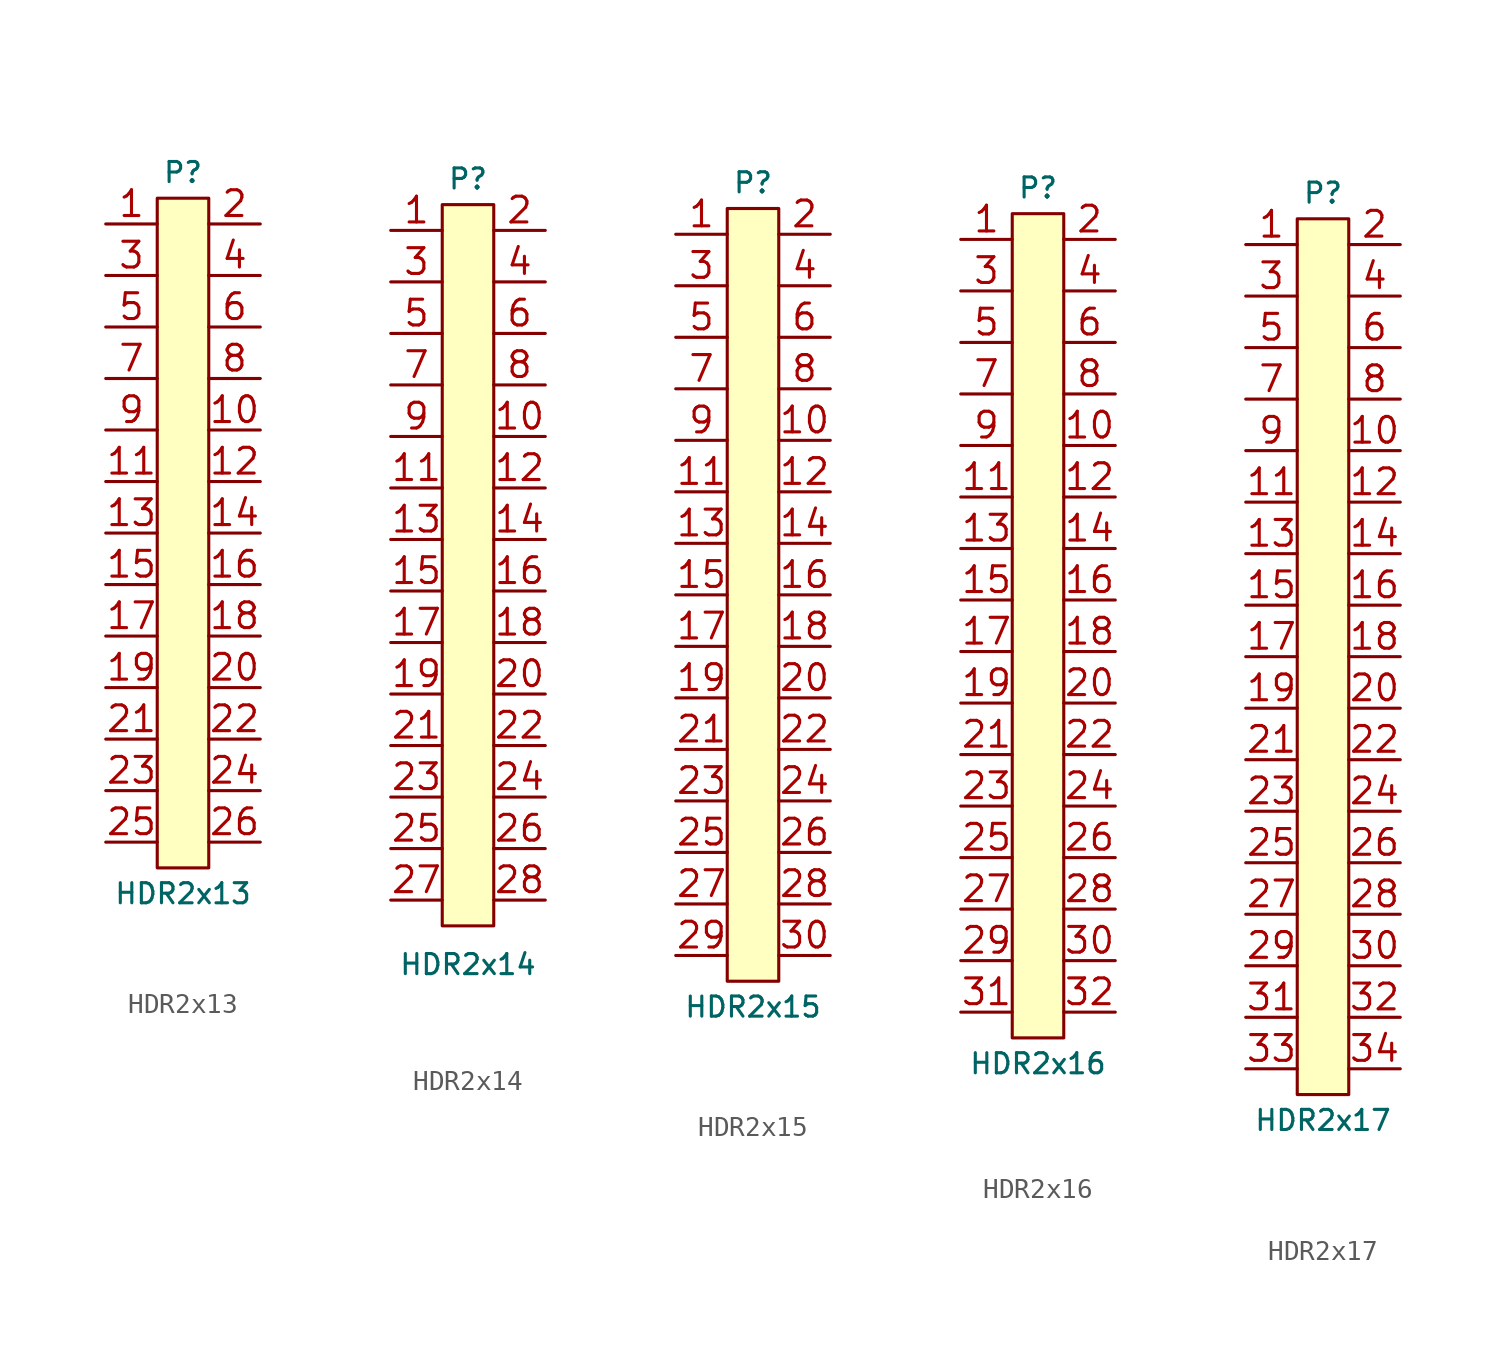
<source format=kicad_sym>
(kicad_symbol_lib
  (version 20231120)
  (generator "kicad_symbol_editor")
  (generator_version "8.0")
  (symbol "HDR2x13"
    (property "Reference" "P"
      (at 0 20.32 0)
      (effects (font (size 0.991 0.991))))
    (property "Value" "HDR2x13"
      (at 0 -15.24 0)
      (effects (font (size 0.991 0.991))))
    (symbol "HDR2x13_1_1"
      (rectangle (start -1.27 19.05) (end 1.27 -13.97) (stroke (width 0) (type default)) (fill (type background)))
      (pin passive line (at -3.81 17.78 0) (length 2.54) (name "~" (effects (font (size 1.27 1.27)))) (number "1" (effects (font (size 1.27 1.27)))))
      (pin passive line (at 3.81 7.62 180) (length 2.54) (name "~" (effects (font (size 1.27 1.27)))) (number "10" (effects (font (size 1.27 1.27)))))
      (pin passive line (at -3.81 5.08 0) (length 2.54) (name "~" (effects (font (size 1.27 1.27)))) (number "11" (effects (font (size 1.27 1.27)))))
      (pin passive line (at 3.81 5.08 180) (length 2.54) (name "~" (effects (font (size 1.27 1.27)))) (number "12" (effects (font (size 1.27 1.27)))))
      (pin passive line (at -3.81 2.54 0) (length 2.54) (name "~" (effects (font (size 1.27 1.27)))) (number "13" (effects (font (size 1.27 1.27)))))
      (pin passive line (at 3.81 2.54 180) (length 2.54) (name "~" (effects (font (size 1.27 1.27)))) (number "14" (effects (font (size 1.27 1.27)))))
      (pin passive line (at -3.81 0 0) (length 2.54) (name "~" (effects (font (size 1.27 1.27)))) (number "15" (effects (font (size 1.27 1.27)))))
      (pin passive line (at 3.81 0 180) (length 2.54) (name "~" (effects (font (size 1.27 1.27)))) (number "16" (effects (font (size 1.27 1.27)))))
      (pin passive line (at -3.81 -2.54 0) (length 2.54) (name "~" (effects (font (size 1.27 1.27)))) (number "17" (effects (font (size 1.27 1.27)))))
      (pin passive line (at 3.81 -2.54 180) (length 2.54) (name "~" (effects (font (size 1.27 1.27)))) (number "18" (effects (font (size 1.27 1.27)))))
      (pin passive line (at -3.81 -5.08 0) (length 2.54) (name "~" (effects (font (size 1.27 1.27)))) (number "19" (effects (font (size 1.27 1.27)))))
      (pin passive line (at 3.81 17.78 180) (length 2.54) (name "~" (effects (font (size 1.27 1.27)))) (number "2" (effects (font (size 1.27 1.27)))))
      (pin passive line (at 3.81 -5.08 180) (length 2.54) (name "~" (effects (font (size 1.27 1.27)))) (number "20" (effects (font (size 1.27 1.27)))))
      (pin passive line (at -3.81 -7.62 0) (length 2.54) (name "~" (effects (font (size 1.27 1.27)))) (number "21" (effects (font (size 1.27 1.27)))))
      (pin passive line (at 3.81 -7.62 180) (length 2.54) (name "~" (effects (font (size 1.27 1.27)))) (number "22" (effects (font (size 1.27 1.27)))))
      (pin passive line (at -3.81 -10.16 0) (length 2.54) (name "~" (effects (font (size 1.27 1.27)))) (number "23" (effects (font (size 1.27 1.27)))))
      (pin passive line (at 3.81 -10.16 180) (length 2.54) (name "~" (effects (font (size 1.27 1.27)))) (number "24" (effects (font (size 1.27 1.27)))))
      (pin passive line (at -3.81 -12.7 0) (length 2.54) (name "~" (effects (font (size 1.27 1.27)))) (number "25" (effects (font (size 1.27 1.27)))))
      (pin passive line (at 3.81 -12.7 180) (length 2.54) (name "~" (effects (font (size 1.27 1.27)))) (number "26" (effects (font (size 1.27 1.27)))))
      (pin passive line (at -3.81 15.24 0) (length 2.54) (name "~" (effects (font (size 1.27 1.27)))) (number "3" (effects (font (size 1.27 1.27)))))
      (pin passive line (at 3.81 15.24 180) (length 2.54) (name "~" (effects (font (size 1.27 1.27)))) (number "4" (effects (font (size 1.27 1.27)))))
      (pin passive line (at -3.81 12.7 0) (length 2.54) (name "~" (effects (font (size 1.27 1.27)))) (number "5" (effects (font (size 1.27 1.27)))))
      (pin passive line (at 3.81 12.7 180) (length 2.54) (name "~" (effects (font (size 1.27 1.27)))) (number "6" (effects (font (size 1.27 1.27)))))
      (pin passive line (at -3.81 10.16 0) (length 2.54) (name "~" (effects (font (size 1.27 1.27)))) (number "7" (effects (font (size 1.27 1.27)))))
      (pin passive line (at 3.81 10.16 180) (length 2.54) (name "~" (effects (font (size 1.27 1.27)))) (number "8" (effects (font (size 1.27 1.27)))))
      (pin passive line (at -3.81 7.62 0) (length 2.54) (name "~" (effects (font (size 1.27 1.27)))) (number "9" (effects (font (size 1.27 1.27)))))))
  (symbol "HDR2x14"
    (property "Reference" "P"
      (at 0 22.86 0)
      (effects (font (size 0.991 0.991))))
    (property "Value" "HDR2x14"
      (at 0 -15.875 0)
      (effects (font (size 0.991 0.991))))
    (symbol "HDR2x14_1_1"
      (rectangle (start -1.27 21.59) (end 1.27 -13.97) (stroke (width 0) (type default)) (fill (type background)))
      (pin passive line (at -3.81 20.32 0) (length 2.54) (name "~" (effects (font (size 1.27 1.27)))) (number "1" (effects (font (size 1.27 1.27)))))
      (pin passive line (at 3.81 10.16 180) (length 2.54) (name "~" (effects (font (size 1.27 1.27)))) (number "10" (effects (font (size 1.27 1.27)))))
      (pin passive line (at -3.81 7.62 0) (length 2.54) (name "~" (effects (font (size 1.27 1.27)))) (number "11" (effects (font (size 1.27 1.27)))))
      (pin passive line (at 3.81 7.62 180) (length 2.54) (name "~" (effects (font (size 1.27 1.27)))) (number "12" (effects (font (size 1.27 1.27)))))
      (pin passive line (at -3.81 5.08 0) (length 2.54) (name "~" (effects (font (size 1.27 1.27)))) (number "13" (effects (font (size 1.27 1.27)))))
      (pin passive line (at 3.81 5.08 180) (length 2.54) (name "~" (effects (font (size 1.27 1.27)))) (number "14" (effects (font (size 1.27 1.27)))))
      (pin passive line (at -3.81 2.54 0) (length 2.54) (name "~" (effects (font (size 1.27 1.27)))) (number "15" (effects (font (size 1.27 1.27)))))
      (pin passive line (at 3.81 2.54 180) (length 2.54) (name "~" (effects (font (size 1.27 1.27)))) (number "16" (effects (font (size 1.27 1.27)))))
      (pin passive line (at -3.81 0 0) (length 2.54) (name "~" (effects (font (size 1.27 1.27)))) (number "17" (effects (font (size 1.27 1.27)))))
      (pin passive line (at 3.81 0 180) (length 2.54) (name "~" (effects (font (size 1.27 1.27)))) (number "18" (effects (font (size 1.27 1.27)))))
      (pin passive line (at -3.81 -2.54 0) (length 2.54) (name "~" (effects (font (size 1.27 1.27)))) (number "19" (effects (font (size 1.27 1.27)))))
      (pin passive line (at 3.81 20.32 180) (length 2.54) (name "~" (effects (font (size 1.27 1.27)))) (number "2" (effects (font (size 1.27 1.27)))))
      (pin passive line (at 3.81 -2.54 180) (length 2.54) (name "~" (effects (font (size 1.27 1.27)))) (number "20" (effects (font (size 1.27 1.27)))))
      (pin passive line (at -3.81 -5.08 0) (length 2.54) (name "~" (effects (font (size 1.27 1.27)))) (number "21" (effects (font (size 1.27 1.27)))))
      (pin passive line (at 3.81 -5.08 180) (length 2.54) (name "~" (effects (font (size 1.27 1.27)))) (number "22" (effects (font (size 1.27 1.27)))))
      (pin passive line (at -3.81 -7.62 0) (length 2.54) (name "~" (effects (font (size 1.27 1.27)))) (number "23" (effects (font (size 1.27 1.27)))))
      (pin passive line (at 3.81 -7.62 180) (length 2.54) (name "~" (effects (font (size 1.27 1.27)))) (number "24" (effects (font (size 1.27 1.27)))))
      (pin passive line (at -3.81 -10.16 0) (length 2.54) (name "~" (effects (font (size 1.27 1.27)))) (number "25" (effects (font (size 1.27 1.27)))))
      (pin passive line (at 3.81 -10.16 180) (length 2.54) (name "~" (effects (font (size 1.27 1.27)))) (number "26" (effects (font (size 1.27 1.27)))))
      (pin passive line (at -3.81 -12.7 0) (length 2.54) (name "~" (effects (font (size 1.27 1.27)))) (number "27" (effects (font (size 1.27 1.27)))))
      (pin passive line (at 3.81 -12.7 180) (length 2.54) (name "~" (effects (font (size 1.27 1.27)))) (number "28" (effects (font (size 1.27 1.27)))))
      (pin passive line (at -3.81 17.78 0) (length 2.54) (name "~" (effects (font (size 1.27 1.27)))) (number "3" (effects (font (size 1.27 1.27)))))
      (pin passive line (at 3.81 17.78 180) (length 2.54) (name "~" (effects (font (size 1.27 1.27)))) (number "4" (effects (font (size 1.27 1.27)))))
      (pin passive line (at -3.81 15.24 0) (length 2.54) (name "~" (effects (font (size 1.27 1.27)))) (number "5" (effects (font (size 1.27 1.27)))))
      (pin passive line (at 3.81 15.24 180) (length 2.54) (name "~" (effects (font (size 1.27 1.27)))) (number "6" (effects (font (size 1.27 1.27)))))
      (pin passive line (at -3.81 12.7 0) (length 2.54) (name "~" (effects (font (size 1.27 1.27)))) (number "7" (effects (font (size 1.27 1.27)))))
      (pin passive line (at 3.81 12.7 180) (length 2.54) (name "~" (effects (font (size 1.27 1.27)))) (number "8" (effects (font (size 1.27 1.27)))))
      (pin passive line (at -3.81 10.16 0) (length 2.54) (name "~" (effects (font (size 1.27 1.27)))) (number "9" (effects (font (size 1.27 1.27)))))))
  (symbol "HDR2x15"
    (property "Reference" "P"
      (at 0 22.86 0)
      (effects (font (size 0.991 0.991))))
    (property "Value" "HDR2x15"
      (at 0 -17.78 0)
      (effects (font (size 0.991 0.991))))
    (symbol "HDR2x15_1_1"
      (rectangle (start -1.27 21.59) (end 1.27 -16.51) (stroke (width 0) (type default)) (fill (type background)))
      (pin passive line (at -3.81 20.32 0) (length 2.54) (name "~" (effects (font (size 1.27 1.27)))) (number "1" (effects (font (size 1.27 1.27)))))
      (pin passive line (at 3.81 10.16 180) (length 2.54) (name "~" (effects (font (size 1.27 1.27)))) (number "10" (effects (font (size 1.27 1.27)))))
      (pin passive line (at -3.81 7.62 0) (length 2.54) (name "~" (effects (font (size 1.27 1.27)))) (number "11" (effects (font (size 1.27 1.27)))))
      (pin passive line (at 3.81 7.62 180) (length 2.54) (name "~" (effects (font (size 1.27 1.27)))) (number "12" (effects (font (size 1.27 1.27)))))
      (pin passive line (at -3.81 5.08 0) (length 2.54) (name "~" (effects (font (size 1.27 1.27)))) (number "13" (effects (font (size 1.27 1.27)))))
      (pin passive line (at 3.81 5.08 180) (length 2.54) (name "~" (effects (font (size 1.27 1.27)))) (number "14" (effects (font (size 1.27 1.27)))))
      (pin passive line (at -3.81 2.54 0) (length 2.54) (name "~" (effects (font (size 1.27 1.27)))) (number "15" (effects (font (size 1.27 1.27)))))
      (pin passive line (at 3.81 2.54 180) (length 2.54) (name "~" (effects (font (size 1.27 1.27)))) (number "16" (effects (font (size 1.27 1.27)))))
      (pin passive line (at -3.81 0 0) (length 2.54) (name "~" (effects (font (size 1.27 1.27)))) (number "17" (effects (font (size 1.27 1.27)))))
      (pin passive line (at 3.81 0 180) (length 2.54) (name "~" (effects (font (size 1.27 1.27)))) (number "18" (effects (font (size 1.27 1.27)))))
      (pin passive line (at -3.81 -2.54 0) (length 2.54) (name "~" (effects (font (size 1.27 1.27)))) (number "19" (effects (font (size 1.27 1.27)))))
      (pin passive line (at 3.81 20.32 180) (length 2.54) (name "~" (effects (font (size 1.27 1.27)))) (number "2" (effects (font (size 1.27 1.27)))))
      (pin passive line (at 3.81 -2.54 180) (length 2.54) (name "~" (effects (font (size 1.27 1.27)))) (number "20" (effects (font (size 1.27 1.27)))))
      (pin passive line (at -3.81 -5.08 0) (length 2.54) (name "~" (effects (font (size 1.27 1.27)))) (number "21" (effects (font (size 1.27 1.27)))))
      (pin passive line (at 3.81 -5.08 180) (length 2.54) (name "~" (effects (font (size 1.27 1.27)))) (number "22" (effects (font (size 1.27 1.27)))))
      (pin passive line (at -3.81 -7.62 0) (length 2.54) (name "~" (effects (font (size 1.27 1.27)))) (number "23" (effects (font (size 1.27 1.27)))))
      (pin passive line (at 3.81 -7.62 180) (length 2.54) (name "~" (effects (font (size 1.27 1.27)))) (number "24" (effects (font (size 1.27 1.27)))))
      (pin passive line (at -3.81 -10.16 0) (length 2.54) (name "~" (effects (font (size 1.27 1.27)))) (number "25" (effects (font (size 1.27 1.27)))))
      (pin passive line (at 3.81 -10.16 180) (length 2.54) (name "~" (effects (font (size 1.27 1.27)))) (number "26" (effects (font (size 1.27 1.27)))))
      (pin passive line (at -3.81 -12.7 0) (length 2.54) (name "~" (effects (font (size 1.27 1.27)))) (number "27" (effects (font (size 1.27 1.27)))))
      (pin passive line (at 3.81 -12.7 180) (length 2.54) (name "~" (effects (font (size 1.27 1.27)))) (number "28" (effects (font (size 1.27 1.27)))))
      (pin passive line (at -3.81 -15.24 0) (length 2.54) (name "~" (effects (font (size 1.27 1.27)))) (number "29" (effects (font (size 1.27 1.27)))))
      (pin passive line (at -3.81 17.78 0) (length 2.54) (name "~" (effects (font (size 1.27 1.27)))) (number "3" (effects (font (size 1.27 1.27)))))
      (pin passive line (at 3.81 -15.24 180) (length 2.54) (name "~" (effects (font (size 1.27 1.27)))) (number "30" (effects (font (size 1.27 1.27)))))
      (pin passive line (at 3.81 17.78 180) (length 2.54) (name "~" (effects (font (size 1.27 1.27)))) (number "4" (effects (font (size 1.27 1.27)))))
      (pin passive line (at -3.81 15.24 0) (length 2.54) (name "~" (effects (font (size 1.27 1.27)))) (number "5" (effects (font (size 1.27 1.27)))))
      (pin passive line (at 3.81 15.24 180) (length 2.54) (name "~" (effects (font (size 1.27 1.27)))) (number "6" (effects (font (size 1.27 1.27)))))
      (pin passive line (at -3.81 12.7 0) (length 2.54) (name "~" (effects (font (size 1.27 1.27)))) (number "7" (effects (font (size 1.27 1.27)))))
      (pin passive line (at 3.81 12.7 180) (length 2.54) (name "~" (effects (font (size 1.27 1.27)))) (number "8" (effects (font (size 1.27 1.27)))))
      (pin passive line (at -3.81 10.16 0) (length 2.54) (name "~" (effects (font (size 1.27 1.27)))) (number "9" (effects (font (size 1.27 1.27)))))))
  (symbol "HDR2x16"
    (property "Reference" "P"
      (at 0 22.86 0)
      (effects (font (size 0.991 0.991))))
    (property "Value" "HDR2x16"
      (at 0 -20.32 0)
      (effects (font (size 0.991 0.991))))
    (symbol "HDR2x16_1_1"
      (rectangle (start -1.27 21.59) (end 1.27 -19.05) (stroke (width 0) (type default)) (fill (type background)))
      (pin passive line (at -3.81 20.32 0) (length 2.54) (name "~" (effects (font (size 1.27 1.27)))) (number "1" (effects (font (size 1.27 1.27)))))
      (pin passive line (at 3.81 10.16 180) (length 2.54) (name "~" (effects (font (size 1.27 1.27)))) (number "10" (effects (font (size 1.27 1.27)))))
      (pin passive line (at -3.81 7.62 0) (length 2.54) (name "~" (effects (font (size 1.27 1.27)))) (number "11" (effects (font (size 1.27 1.27)))))
      (pin passive line (at 3.81 7.62 180) (length 2.54) (name "~" (effects (font (size 1.27 1.27)))) (number "12" (effects (font (size 1.27 1.27)))))
      (pin passive line (at -3.81 5.08 0) (length 2.54) (name "~" (effects (font (size 1.27 1.27)))) (number "13" (effects (font (size 1.27 1.27)))))
      (pin passive line (at 3.81 5.08 180) (length 2.54) (name "~" (effects (font (size 1.27 1.27)))) (number "14" (effects (font (size 1.27 1.27)))))
      (pin passive line (at -3.81 2.54 0) (length 2.54) (name "~" (effects (font (size 1.27 1.27)))) (number "15" (effects (font (size 1.27 1.27)))))
      (pin passive line (at 3.81 2.54 180) (length 2.54) (name "~" (effects (font (size 1.27 1.27)))) (number "16" (effects (font (size 1.27 1.27)))))
      (pin passive line (at -3.81 0 0) (length 2.54) (name "~" (effects (font (size 1.27 1.27)))) (number "17" (effects (font (size 1.27 1.27)))))
      (pin passive line (at 3.81 0 180) (length 2.54) (name "~" (effects (font (size 1.27 1.27)))) (number "18" (effects (font (size 1.27 1.27)))))
      (pin passive line (at -3.81 -2.54 0) (length 2.54) (name "~" (effects (font (size 1.27 1.27)))) (number "19" (effects (font (size 1.27 1.27)))))
      (pin passive line (at 3.81 20.32 180) (length 2.54) (name "~" (effects (font (size 1.27 1.27)))) (number "2" (effects (font (size 1.27 1.27)))))
      (pin passive line (at 3.81 -2.54 180) (length 2.54) (name "~" (effects (font (size 1.27 1.27)))) (number "20" (effects (font (size 1.27 1.27)))))
      (pin passive line (at -3.81 -5.08 0) (length 2.54) (name "~" (effects (font (size 1.27 1.27)))) (number "21" (effects (font (size 1.27 1.27)))))
      (pin passive line (at 3.81 -5.08 180) (length 2.54) (name "~" (effects (font (size 1.27 1.27)))) (number "22" (effects (font (size 1.27 1.27)))))
      (pin passive line (at -3.81 -7.62 0) (length 2.54) (name "~" (effects (font (size 1.27 1.27)))) (number "23" (effects (font (size 1.27 1.27)))))
      (pin passive line (at 3.81 -7.62 180) (length 2.54) (name "~" (effects (font (size 1.27 1.27)))) (number "24" (effects (font (size 1.27 1.27)))))
      (pin passive line (at -3.81 -10.16 0) (length 2.54) (name "~" (effects (font (size 1.27 1.27)))) (number "25" (effects (font (size 1.27 1.27)))))
      (pin passive line (at 3.81 -10.16 180) (length 2.54) (name "~" (effects (font (size 1.27 1.27)))) (number "26" (effects (font (size 1.27 1.27)))))
      (pin passive line (at -3.81 -12.7 0) (length 2.54) (name "~" (effects (font (size 1.27 1.27)))) (number "27" (effects (font (size 1.27 1.27)))))
      (pin passive line (at 3.81 -12.7 180) (length 2.54) (name "~" (effects (font (size 1.27 1.27)))) (number "28" (effects (font (size 1.27 1.27)))))
      (pin passive line (at -3.81 -15.24 0) (length 2.54) (name "~" (effects (font (size 1.27 1.27)))) (number "29" (effects (font (size 1.27 1.27)))))
      (pin passive line (at -3.81 17.78 0) (length 2.54) (name "~" (effects (font (size 1.27 1.27)))) (number "3" (effects (font (size 1.27 1.27)))))
      (pin passive line (at 3.81 -15.24 180) (length 2.54) (name "~" (effects (font (size 1.27 1.27)))) (number "30" (effects (font (size 1.27 1.27)))))
      (pin passive line (at -3.81 -17.78 0) (length 2.54) (name "~" (effects (font (size 1.27 1.27)))) (number "31" (effects (font (size 1.27 1.27)))))
      (pin passive line (at 3.81 -17.78 180) (length 2.54) (name "~" (effects (font (size 1.27 1.27)))) (number "32" (effects (font (size 1.27 1.27)))))
      (pin passive line (at 3.81 17.78 180) (length 2.54) (name "~" (effects (font (size 1.27 1.27)))) (number "4" (effects (font (size 1.27 1.27)))))
      (pin passive line (at -3.81 15.24 0) (length 2.54) (name "~" (effects (font (size 1.27 1.27)))) (number "5" (effects (font (size 1.27 1.27)))))
      (pin passive line (at 3.81 15.24 180) (length 2.54) (name "~" (effects (font (size 1.27 1.27)))) (number "6" (effects (font (size 1.27 1.27)))))
      (pin passive line (at -3.81 12.7 0) (length 2.54) (name "~" (effects (font (size 1.27 1.27)))) (number "7" (effects (font (size 1.27 1.27)))))
      (pin passive line (at 3.81 12.7 180) (length 2.54) (name "~" (effects (font (size 1.27 1.27)))) (number "8" (effects (font (size 1.27 1.27)))))
      (pin passive line (at -3.81 10.16 0) (length 2.54) (name "~" (effects (font (size 1.27 1.27)))) (number "9" (effects (font (size 1.27 1.27)))))))
  (symbol "HDR2x17"
    (property "Reference" "P"
      (at 0 20.32 0)
      (effects (font (size 0.991 0.991))))
    (property "Value" "HDR2x17"
      (at 0 -25.4 0)
      (effects (font (size 0.991 0.991))))
    (symbol "HDR2x17_1_1"
      (rectangle (start -1.27 19.05) (end 1.27 -24.13) (stroke (width 0) (type default)) (fill (type background)))
      (pin passive line (at -3.81 17.78 0) (length 2.54) (name "~" (effects (font (size 1.27 1.27)))) (number "1" (effects (font (size 1.27 1.27)))))
      (pin passive line (at 3.81 7.62 180) (length 2.54) (name "~" (effects (font (size 1.27 1.27)))) (number "10" (effects (font (size 1.27 1.27)))))
      (pin passive line (at -3.81 5.08 0) (length 2.54) (name "~" (effects (font (size 1.27 1.27)))) (number "11" (effects (font (size 1.27 1.27)))))
      (pin passive line (at 3.81 5.08 180) (length 2.54) (name "~" (effects (font (size 1.27 1.27)))) (number "12" (effects (font (size 1.27 1.27)))))
      (pin passive line (at -3.81 2.54 0) (length 2.54) (name "~" (effects (font (size 1.27 1.27)))) (number "13" (effects (font (size 1.27 1.27)))))
      (pin passive line (at 3.81 2.54 180) (length 2.54) (name "~" (effects (font (size 1.27 1.27)))) (number "14" (effects (font (size 1.27 1.27)))))
      (pin passive line (at -3.81 0 0) (length 2.54) (name "~" (effects (font (size 1.27 1.27)))) (number "15" (effects (font (size 1.27 1.27)))))
      (pin passive line (at 3.81 0 180) (length 2.54) (name "~" (effects (font (size 1.27 1.27)))) (number "16" (effects (font (size 1.27 1.27)))))
      (pin passive line (at -3.81 -2.54 0) (length 2.54) (name "~" (effects (font (size 1.27 1.27)))) (number "17" (effects (font (size 1.27 1.27)))))
      (pin passive line (at 3.81 -2.54 180) (length 2.54) (name "~" (effects (font (size 1.27 1.27)))) (number "18" (effects (font (size 1.27 1.27)))))
      (pin passive line (at -3.81 -5.08 0) (length 2.54) (name "~" (effects (font (size 1.27 1.27)))) (number "19" (effects (font (size 1.27 1.27)))))
      (pin passive line (at 3.81 17.78 180) (length 2.54) (name "~" (effects (font (size 1.27 1.27)))) (number "2" (effects (font (size 1.27 1.27)))))
      (pin passive line (at 3.81 -5.08 180) (length 2.54) (name "~" (effects (font (size 1.27 1.27)))) (number "20" (effects (font (size 1.27 1.27)))))
      (pin passive line (at -3.81 -7.62 0) (length 2.54) (name "~" (effects (font (size 1.27 1.27)))) (number "21" (effects (font (size 1.27 1.27)))))
      (pin passive line (at 3.81 -7.62 180) (length 2.54) (name "~" (effects (font (size 1.27 1.27)))) (number "22" (effects (font (size 1.27 1.27)))))
      (pin passive line (at -3.81 -10.16 0) (length 2.54) (name "~" (effects (font (size 1.27 1.27)))) (number "23" (effects (font (size 1.27 1.27)))))
      (pin passive line (at 3.81 -10.16 180) (length 2.54) (name "~" (effects (font (size 1.27 1.27)))) (number "24" (effects (font (size 1.27 1.27)))))
      (pin passive line (at -3.81 -12.7 0) (length 2.54) (name "~" (effects (font (size 1.27 1.27)))) (number "25" (effects (font (size 1.27 1.27)))))
      (pin passive line (at 3.81 -12.7 180) (length 2.54) (name "~" (effects (font (size 1.27 1.27)))) (number "26" (effects (font (size 1.27 1.27)))))
      (pin passive line (at -3.81 -15.24 0) (length 2.54) (name "~" (effects (font (size 1.27 1.27)))) (number "27" (effects (font (size 1.27 1.27)))))
      (pin passive line (at 3.81 -15.24 180) (length 2.54) (name "~" (effects (font (size 1.27 1.27)))) (number "28" (effects (font (size 1.27 1.27)))))
      (pin passive line (at -3.81 -17.78 0) (length 2.54) (name "~" (effects (font (size 1.27 1.27)))) (number "29" (effects (font (size 1.27 1.27)))))
      (pin passive line (at -3.81 15.24 0) (length 2.54) (name "~" (effects (font (size 1.27 1.27)))) (number "3" (effects (font (size 1.27 1.27)))))
      (pin passive line (at 3.81 -17.78 180) (length 2.54) (name "~" (effects (font (size 1.27 1.27)))) (number "30" (effects (font (size 1.27 1.27)))))
      (pin passive line (at -3.81 -20.32 0) (length 2.54) (name "~" (effects (font (size 1.27 1.27)))) (number "31" (effects (font (size 1.27 1.27)))))
      (pin passive line (at 3.81 -20.32 180) (length 2.54) (name "~" (effects (font (size 1.27 1.27)))) (number "32" (effects (font (size 1.27 1.27)))))
      (pin passive line (at -3.81 -22.86 0) (length 2.54) (name "~" (effects (font (size 1.27 1.27)))) (number "33" (effects (font (size 1.27 1.27)))))
      (pin passive line (at 3.81 -22.86 180) (length 2.54) (name "~" (effects (font (size 1.27 1.27)))) (number "34" (effects (font (size 1.27 1.27)))))
      (pin passive line (at 3.81 15.24 180) (length 2.54) (name "~" (effects (font (size 1.27 1.27)))) (number "4" (effects (font (size 1.27 1.27)))))
      (pin passive line (at -3.81 12.7 0) (length 2.54) (name "~" (effects (font (size 1.27 1.27)))) (number "5" (effects (font (size 1.27 1.27)))))
      (pin passive line (at 3.81 12.7 180) (length 2.54) (name "~" (effects (font (size 1.27 1.27)))) (number "6" (effects (font (size 1.27 1.27)))))
      (pin passive line (at -3.81 10.16 0) (length 2.54) (name "~" (effects (font (size 1.27 1.27)))) (number "7" (effects (font (size 1.27 1.27)))))
      (pin passive line (at 3.81 10.16 180) (length 2.54) (name "~" (effects (font (size 1.27 1.27)))) (number "8" (effects (font (size 1.27 1.27)))))
      (pin passive line (at -3.81 7.62 0) (length 2.54) (name "~" (effects (font (size 1.27 1.27)))) (number "9" (effects (font (size 1.27 1.27))))))))
</source>
